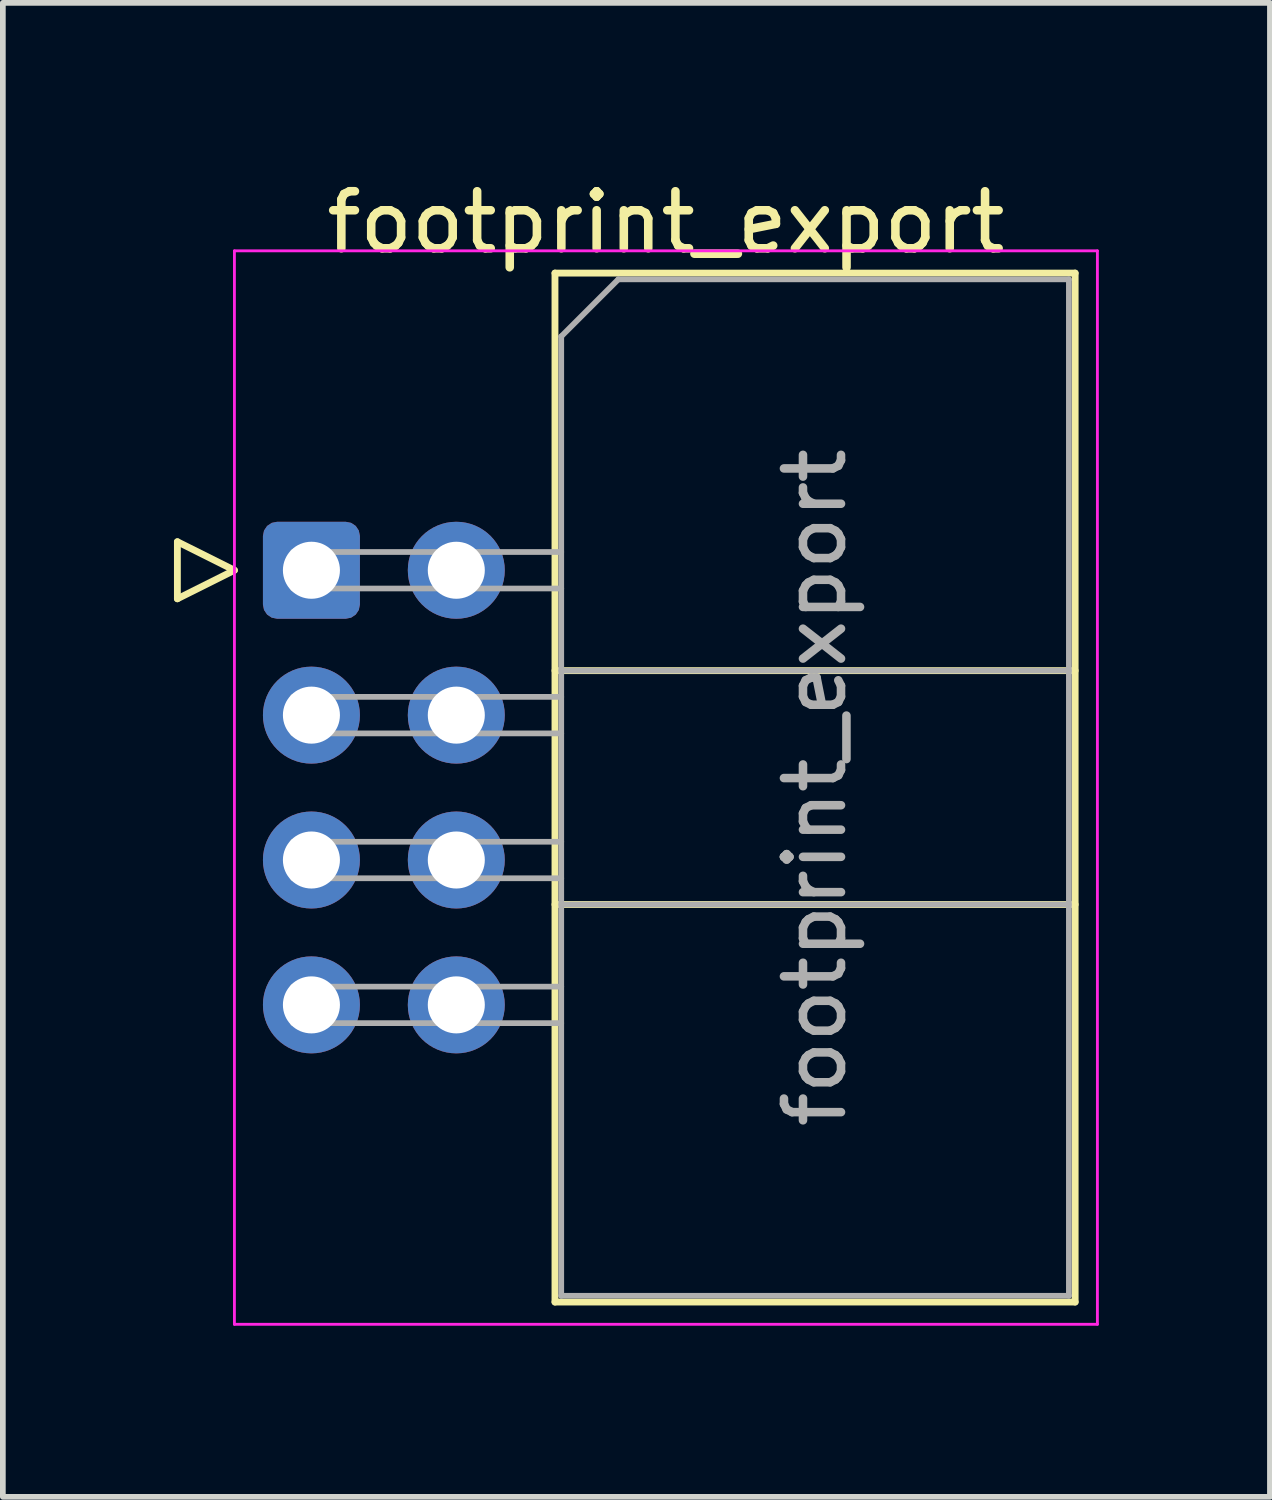
<source format=kicad_pcb>
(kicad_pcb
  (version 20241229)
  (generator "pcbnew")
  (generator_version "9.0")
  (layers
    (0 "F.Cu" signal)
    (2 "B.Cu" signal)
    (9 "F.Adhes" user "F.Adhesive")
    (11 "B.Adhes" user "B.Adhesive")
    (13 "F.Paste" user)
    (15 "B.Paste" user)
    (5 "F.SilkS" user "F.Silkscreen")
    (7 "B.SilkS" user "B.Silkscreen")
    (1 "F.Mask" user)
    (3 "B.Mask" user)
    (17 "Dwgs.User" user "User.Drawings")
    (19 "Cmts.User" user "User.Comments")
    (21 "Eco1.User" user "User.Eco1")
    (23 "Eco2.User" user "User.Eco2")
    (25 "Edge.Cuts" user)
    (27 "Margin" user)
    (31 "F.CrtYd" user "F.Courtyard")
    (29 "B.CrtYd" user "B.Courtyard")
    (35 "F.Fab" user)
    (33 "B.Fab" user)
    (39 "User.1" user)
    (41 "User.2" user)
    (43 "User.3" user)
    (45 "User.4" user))
  (footprint "footprint_export"
    (layer "F.Cu")
    (at 2.41 6.948)
    (property "Reference" "footprint_export" (at 6.215 -6.1 0) (layer "F.SilkS") (effects (font (size 1 1) (thickness 0.15))))
    (attr through_hole)
    (fp_line (start -2.35 -0.5) (end -2.35 0.5) (stroke (width 0.12) (type solid)) (layer "F.SilkS"))
    (fp_line (start -2.35 0.5) (end -1.35 0) (stroke (width 0.12) (type solid)) (layer "F.SilkS"))
    (fp_line (start -1.35 0) (end -2.35 -0.5) (stroke (width 0.12) (type solid)) (layer "F.SilkS"))
    (fp_line (start 4.27 -5.21) (end 13.39 -5.21) (stroke (width 0.12) (type solid)) (layer "F.SilkS"))
    (fp_line (start 4.27 1.76) (end 13.39 1.76) (stroke (width 0.12) (type solid)) (layer "F.SilkS"))
    (fp_line (start 4.27 5.86) (end 13.39 5.86) (stroke (width 0.12) (type solid)) (layer "F.SilkS"))
    (fp_line (start 4.27 12.83) (end 4.27 -5.21) (stroke (width 0.12) (type solid)) (layer "F.SilkS"))
    (fp_line (start 13.39 -5.21) (end 13.39 12.83) (stroke (width 0.12) (type solid)) (layer "F.SilkS"))
    (fp_line (start 13.39 12.83) (end 4.27 12.83) (stroke (width 0.12) (type solid)) (layer "F.SilkS"))
    (fp_line (start -1.35 -5.6) (end -1.35 13.22) (stroke (width 0.05) (type solid)) (layer "F.CrtYd"))
    (fp_line (start -1.35 13.22) (end 13.78 13.22) (stroke (width 0.05) (type solid)) (layer "F.CrtYd"))
    (fp_line (start 13.78 -5.6) (end -1.35 -5.6) (stroke (width 0.05) (type solid)) (layer "F.CrtYd"))
    (fp_line (start 13.78 13.22) (end 13.78 -5.6) (stroke (width 0.05) (type solid)) (layer "F.CrtYd"))
    (fp_line (start -0.32 -0.32) (end -0.32 0.32) (stroke (width 0.1) (type solid)) (layer "F.Fab"))
    (fp_line (start -0.32 0.32) (end 4.38 0.32) (stroke (width 0.1) (type solid)) (layer "F.Fab"))
    (fp_line (start -0.32 2.22) (end -0.32 2.86) (stroke (width 0.1) (type solid)) (layer "F.Fab"))
    (fp_line (start -0.32 2.86) (end 4.38 2.86) (stroke (width 0.1) (type solid)) (layer "F.Fab"))
    (fp_line (start -0.32 4.76) (end -0.32 5.4) (stroke (width 0.1) (type solid)) (layer "F.Fab"))
    (fp_line (start -0.32 5.4) (end 4.38 5.4) (stroke (width 0.1) (type solid)) (layer "F.Fab"))
    (fp_line (start -0.32 7.3) (end -0.32 7.94) (stroke (width 0.1) (type solid)) (layer "F.Fab"))
    (fp_line (start -0.32 7.94) (end 4.38 7.94) (stroke (width 0.1) (type solid)) (layer "F.Fab"))
    (fp_line (start 4.38 -4.1) (end 5.38 -5.1) (stroke (width 0.1) (type solid)) (layer "F.Fab"))
    (fp_line (start 4.38 -0.32) (end -0.32 -0.32) (stroke (width 0.1) (type solid)) (layer "F.Fab"))
    (fp_line (start 4.38 1.76) (end 13.28 1.76) (stroke (width 0.1) (type solid)) (layer "F.Fab"))
    (fp_line (start 4.38 2.22) (end -0.32 2.22) (stroke (width 0.1) (type solid)) (layer "F.Fab"))
    (fp_line (start 4.38 4.76) (end -0.32 4.76) (stroke (width 0.1) (type solid)) (layer "F.Fab"))
    (fp_line (start 4.38 5.86) (end 13.28 5.86) (stroke (width 0.1) (type solid)) (layer "F.Fab"))
    (fp_line (start 4.38 7.3) (end -0.32 7.3) (stroke (width 0.1) (type solid)) (layer "F.Fab"))
    (fp_line (start 4.38 12.72) (end 4.38 -4.1) (stroke (width 0.1) (type solid)) (layer "F.Fab"))
    (fp_line (start 5.38 -5.1) (end 13.28 -5.1) (stroke (width 0.1) (type solid)) (layer "F.Fab"))
    (fp_line (start 13.28 -5.1) (end 13.28 12.72) (stroke (width 0.1) (type solid)) (layer "F.Fab"))
    (fp_line (start 13.28 12.72) (end 4.38 12.72) (stroke (width 0.1) (type solid)) (layer "F.Fab"))
    (fp_text user "${REFERENCE}" (at 8.83 3.81 90) (layer "F.Fab") (effects (font (size 1 1) (thickness 0.15))))
    (pad "1" thru_hole roundrect (at 0 0) (size 1.7 1.7) (drill 1) (layers "*.Cu" "*.Mask") (roundrect_rratio 0.147))
    (pad "2" thru_hole circle (at 2.54 0) (size 1.7 1.7) (drill 1) (layers "*.Cu" "*.Mask"))
    (pad "3" thru_hole circle (at 0 2.54) (size 1.7 1.7) (drill 1) (layers "*.Cu" "*.Mask"))
    (pad "4" thru_hole circle (at 2.54 2.54) (size 1.7 1.7) (drill 1) (layers "*.Cu" "*.Mask"))
    (pad "5" thru_hole circle (at 0 5.08) (size 1.7 1.7) (drill 1) (layers "*.Cu" "*.Mask"))
    (pad "6" thru_hole circle (at 2.54 5.08) (size 1.7 1.7) (drill 1) (layers "*.Cu" "*.Mask"))
    (pad "7" thru_hole circle (at 0 7.62) (size 1.7 1.7) (drill 1) (layers "*.Cu" "*.Mask"))
    (pad "8" thru_hole circle (at 2.54 7.62) (size 1.7 1.7) (drill 1) (layers "*.Cu" "*.Mask")))
  (gr_rect
    (start -3 -3)
    (end 19.215 23.193)
    (stroke (width 0.1) (type default))
    (fill no)
    (layer "Edge.Cuts")))
</source>
